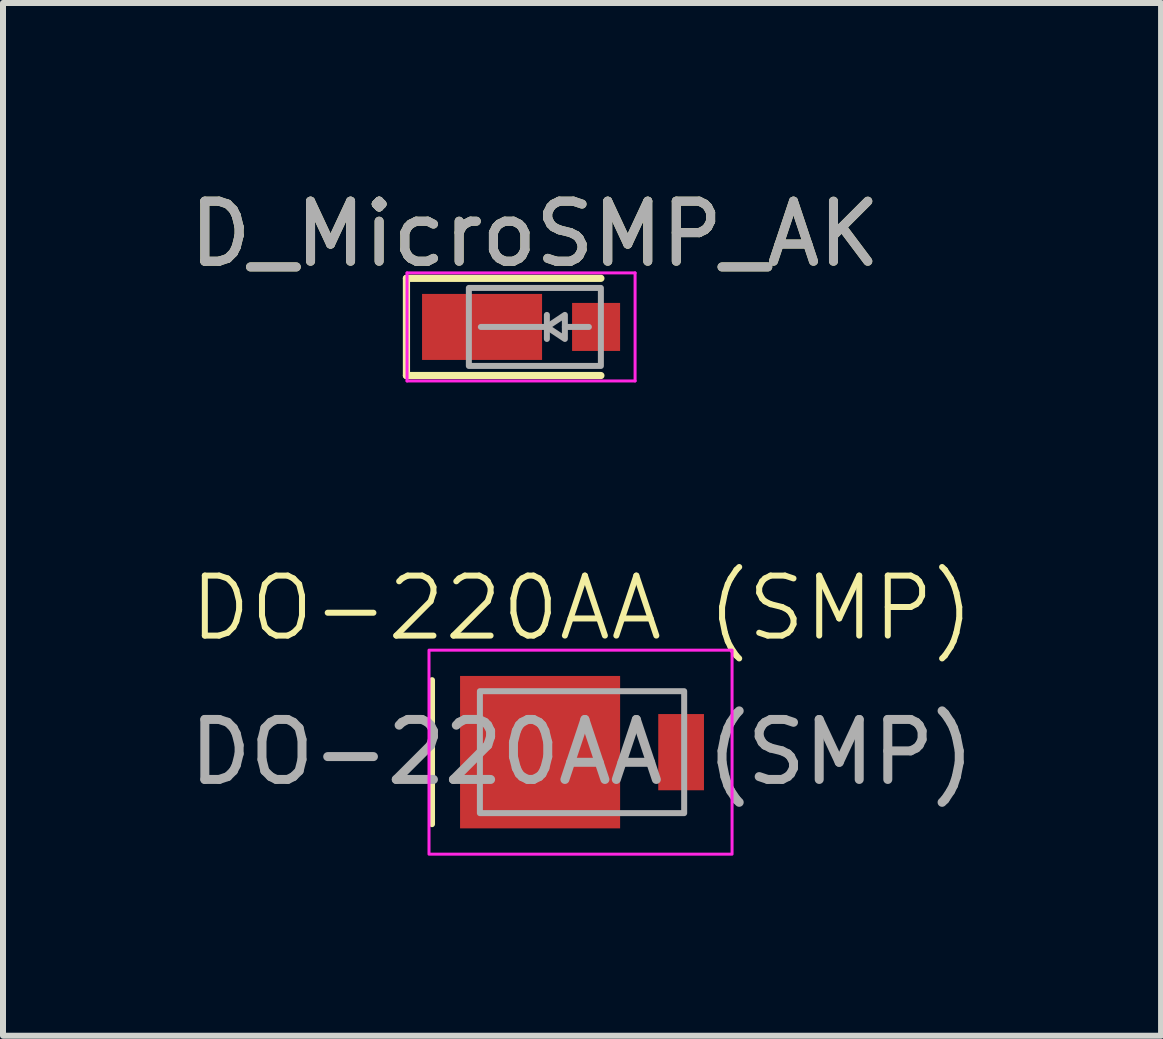
<source format=kicad_pcb>
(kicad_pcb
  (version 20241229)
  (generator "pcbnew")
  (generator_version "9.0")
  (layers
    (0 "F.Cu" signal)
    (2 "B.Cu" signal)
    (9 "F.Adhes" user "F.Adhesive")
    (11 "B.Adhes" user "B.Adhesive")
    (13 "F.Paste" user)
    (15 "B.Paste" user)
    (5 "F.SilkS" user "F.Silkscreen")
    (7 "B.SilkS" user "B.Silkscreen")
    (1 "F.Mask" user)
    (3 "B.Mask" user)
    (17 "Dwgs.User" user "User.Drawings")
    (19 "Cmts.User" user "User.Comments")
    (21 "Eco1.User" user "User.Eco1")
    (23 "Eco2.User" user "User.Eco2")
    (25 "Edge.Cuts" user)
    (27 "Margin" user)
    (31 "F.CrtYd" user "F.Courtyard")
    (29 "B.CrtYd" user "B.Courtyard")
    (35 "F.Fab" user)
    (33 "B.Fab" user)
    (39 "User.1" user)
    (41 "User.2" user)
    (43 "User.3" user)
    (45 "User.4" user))
  (footprint "DO-220AA (SMP)"
    (layer "F.Cu")
    (at 6.649 9.484)
    (property "Reference" "DO-220AA (SMP)" (at 0 -2.4 0) (unlocked yes) (layer "F.SilkS") (effects (font (size 1 1) (thickness 0.1))))
    (attr smd)
    (fp_line (start -2.5 -1.2) (end -2.5 1.2) (stroke (width 0.1) (type default)) (layer "F.SilkS"))
    (fp_rect (start -2.55 -1.7) (end 2.5 1.7) (stroke (width 0.05) (type default)) (fill no) (layer "F.CrtYd"))
    (fp_rect (start -1.702 -1.016) (end 1.702 1.016) (stroke (width 0.1) (type default)) (fill no) (layer "F.Fab"))
    (fp_text user "${REFERENCE}" (at 0 0 0) (unlocked yes) (layer "F.Fab") (effects (font (size 1 1) (thickness 0.15))))
    (pad "1" smd rect (at -0.699 0) (size 2.667 2.54) (layers "F.Cu" "F.Mask" "F.Paste"))
    (pad "2" smd rect (at 1.651 0) (size 0.762 1.27) (layers "F.Cu" "F.Mask" "F.Paste")))
  (footprint "D_MicroSMP_AK"
    (layer "F.Cu")
    (at 5.863 2.398)
    (property "Reference" "D_MicroSMP_AK" (at 0 -1.55 0) (unlocked yes) (layer "F.SilkS") (effects (font (size 1 1) (thickness 0.15))))
    (attr smd)
    (fp_line (start -2.14 -0.81) (end -2.14 0.81) (stroke (width 0.12) (type solid)) (layer "F.SilkS"))
    (fp_line (start -2.14 -0.81) (end 1.1 -0.81) (stroke (width 0.12) (type solid)) (layer "F.SilkS"))
    (fp_line (start -2.14 0.81) (end 1.1 0.81) (stroke (width 0.12) (type solid)) (layer "F.SilkS"))
    (fp_line (start -2.13 -0.9) (end -2.13 0.9) (stroke (width 0.05) (type solid)) (layer "F.CrtYd"))
    (fp_line (start -2.13 -0.9) (end 1.67 -0.9) (stroke (width 0.05) (type solid)) (layer "F.CrtYd"))
    (fp_line (start -2.13 0.9) (end 1.67 0.9) (stroke (width 0.05) (type solid)) (layer "F.CrtYd"))
    (fp_line (start 1.67 -0.9) (end 1.67 0.9) (stroke (width 0.05) (type solid)) (layer "F.CrtYd"))
    (fp_line (start 0.2 -0.2) (end 0.2 0.2) (stroke (width 0.1) (type solid)) (layer "F.Fab"))
    (fp_line (start 0.2 0) (end -0.9 0) (stroke (width 0.1) (type solid)) (layer "F.Fab"))
    (fp_line (start 0.9 0) (end 0.5 0) (stroke (width 0.1) (type solid)) (layer "F.Fab"))
    (fp_rect (start -1.1 -0.65) (end 1.1 0.65) (stroke (width 0.1) (type solid)) (fill no) (layer "F.Fab"))
    (fp_poly (pts (xy 0.5 0.2) (xy 0.2 0) (xy 0.5 -0.2)) (stroke (width 0.1) (type solid)) (fill no) (layer "F.Fab"))
    (fp_text user "${REFERENCE}" (at 0 -1.55 0) (unlocked yes) (layer "F.Fab") (effects (font (size 1 1) (thickness 0.15))))
    (pad "1" smd rect (at -0.88 0) (size 2 1.1) (layers "F.Cu" "F.Mask" "F.Paste"))
    (pad "2" smd rect (at 1.02 0) (size 0.8 0.8) (layers "F.Cu" "F.Mask" "F.Paste")))
  (gr_rect
    (start -3 -3)
    (end 16.298 14.209)
    (stroke (width 0.1) (type default))
    (fill no)
    (layer "Edge.Cuts")))
</source>
